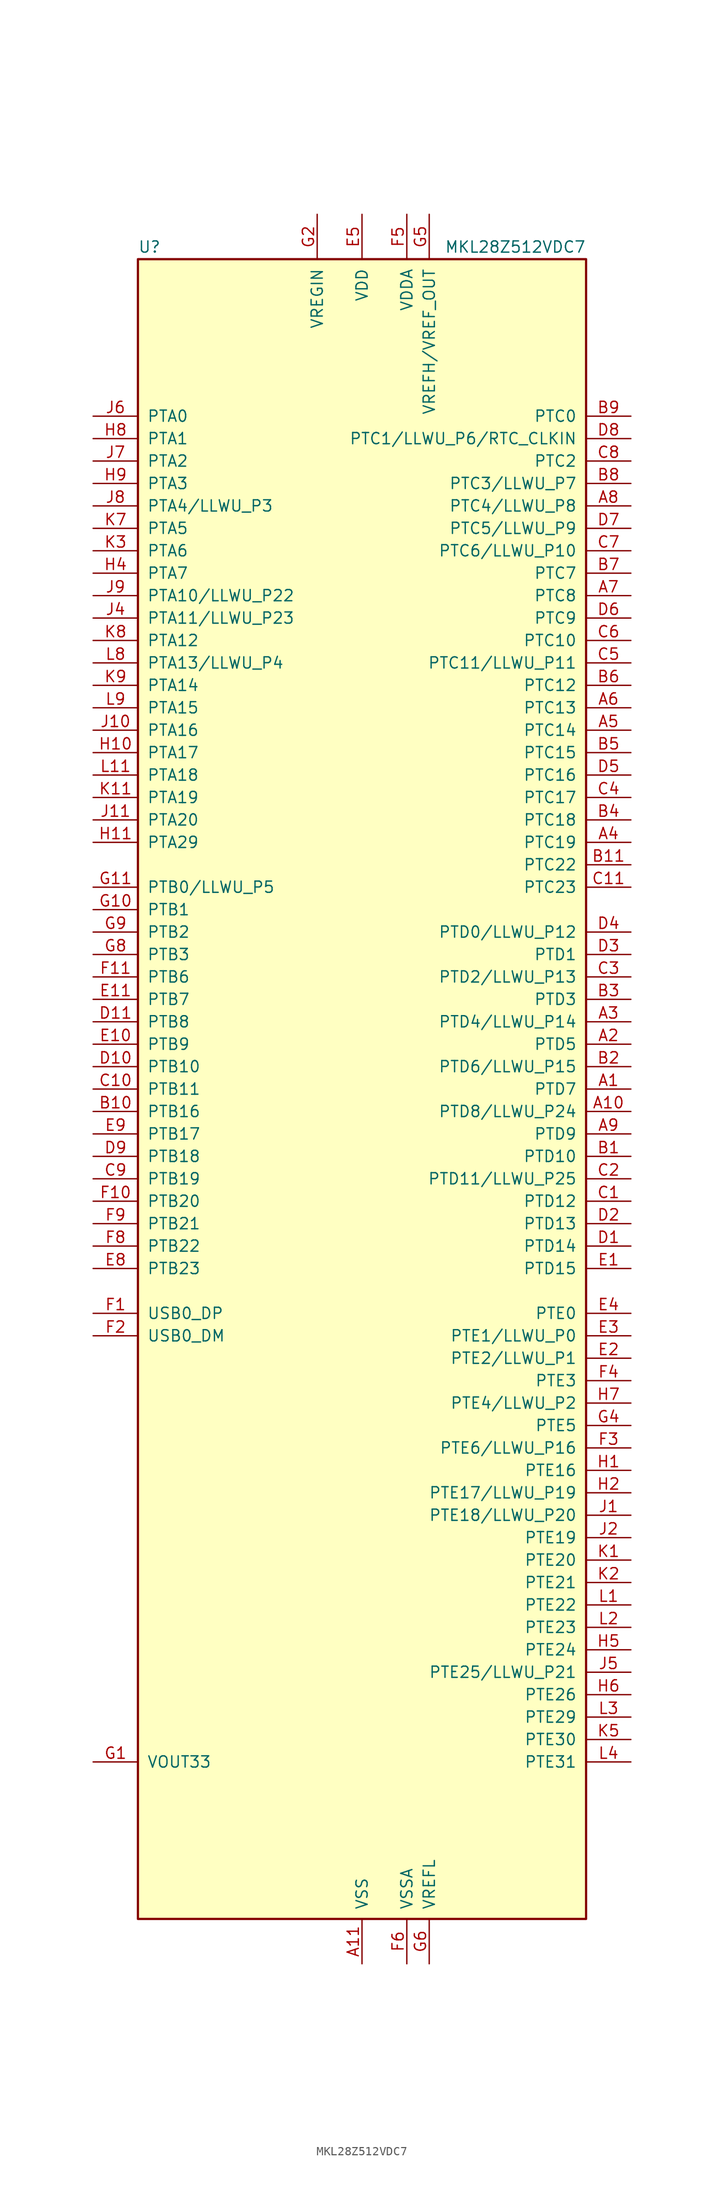
<source format=kicad_sym>
(kicad_symbol_lib
  (version 20241209)
  (generator "kicad_symbol_editor")
  (generator_version "9.0")
  (symbol "MKL28Z512VDC7"
    (pin_names
      (offset 1.016))
    (property "Reference" "U"
      (at -25.4 94.615 0)
      (effects (font (size 1.27 1.27)) (justify left bottom)))
    (property "Value" "MKL28Z512VDC7"
      (at 25.4 94.615 0)
      (effects (font (size 1.27 1.27)) (justify right bottom)))
    (symbol "MKL28Z512VDC7_0_1"
      (rectangle (start -25.4 93.98) (end 25.4 -93.98) (stroke (width 0.254) (type default)) (fill (type background))))
    (symbol "MKL28Z512VDC7_1_1"
      (pin bidirectional line (at -30.48 76.2 0) (length 5.08) (name "PTA0" (effects (font (size 1.27 1.27)))) (number "J6" (effects (font (size 1.27 1.27)))))
      (pin bidirectional line (at -30.48 73.66 0) (length 5.08) (name "PTA1" (effects (font (size 1.27 1.27)))) (number "H8" (effects (font (size 1.27 1.27)))))
      (pin bidirectional line (at -30.48 71.12 0) (length 5.08) (name "PTA2" (effects (font (size 1.27 1.27)))) (number "J7" (effects (font (size 1.27 1.27)))))
      (pin bidirectional line (at -30.48 68.58 0) (length 5.08) (name "PTA3" (effects (font (size 1.27 1.27)))) (number "H9" (effects (font (size 1.27 1.27)))))
      (pin bidirectional line (at -30.48 66.04 0) (length 5.08) (name "PTA4/LLWU_P3" (effects (font (size 1.27 1.27)))) (number "J8" (effects (font (size 1.27 1.27)))))
      (pin bidirectional line (at -30.48 63.5 0) (length 5.08) (name "PTA5" (effects (font (size 1.27 1.27)))) (number "K7" (effects (font (size 1.27 1.27)))))
      (pin bidirectional line (at -30.48 60.96 0) (length 5.08) (name "PTA6" (effects (font (size 1.27 1.27)))) (number "K3" (effects (font (size 1.27 1.27)))))
      (pin bidirectional line (at -30.48 58.42 0) (length 5.08) (name "PTA7" (effects (font (size 1.27 1.27)))) (number "H4" (effects (font (size 1.27 1.27)))))
      (pin bidirectional line (at -30.48 55.88 0) (length 5.08) (name "PTA10/LLWU_P22" (effects (font (size 1.27 1.27)))) (number "J9" (effects (font (size 1.27 1.27)))))
      (pin bidirectional line (at -30.48 53.34 0) (length 5.08) (name "PTA11/LLWU_P23" (effects (font (size 1.27 1.27)))) (number "J4" (effects (font (size 1.27 1.27)))))
      (pin bidirectional line (at -30.48 50.8 0) (length 5.08) (name "PTA12" (effects (font (size 1.27 1.27)))) (number "K8" (effects (font (size 1.27 1.27)))))
      (pin bidirectional line (at -30.48 48.26 0) (length 5.08) (name "PTA13/LLWU_P4" (effects (font (size 1.27 1.27)))) (number "L8" (effects (font (size 1.27 1.27)))))
      (pin bidirectional line (at -30.48 45.72 0) (length 5.08) (name "PTA14" (effects (font (size 1.27 1.27)))) (number "K9" (effects (font (size 1.27 1.27)))))
      (pin bidirectional line (at -30.48 43.18 0) (length 5.08) (name "PTA15" (effects (font (size 1.27 1.27)))) (number "L9" (effects (font (size 1.27 1.27)))))
      (pin bidirectional line (at -30.48 40.64 0) (length 5.08) (name "PTA16" (effects (font (size 1.27 1.27)))) (number "J10" (effects (font (size 1.27 1.27)))))
      (pin bidirectional line (at -30.48 38.1 0) (length 5.08) (name "PTA17" (effects (font (size 1.27 1.27)))) (number "H10" (effects (font (size 1.27 1.27)))))
      (pin bidirectional line (at -30.48 35.56 0) (length 5.08) (name "PTA18" (effects (font (size 1.27 1.27)))) (number "L11" (effects (font (size 1.27 1.27)))))
      (pin bidirectional line (at -30.48 33.02 0) (length 5.08) (name "PTA19" (effects (font (size 1.27 1.27)))) (number "K11" (effects (font (size 1.27 1.27)))))
      (pin bidirectional line (at -30.48 30.48 0) (length 5.08) (name "PTA20" (effects (font (size 1.27 1.27)))) (number "J11" (effects (font (size 1.27 1.27)))))
      (pin bidirectional line (at -30.48 27.94 0) (length 5.08) (name "PTA29" (effects (font (size 1.27 1.27)))) (number "H11" (effects (font (size 1.27 1.27)))))
      (pin bidirectional line (at -30.48 22.86 0) (length 5.08) (name "PTB0/LLWU_P5" (effects (font (size 1.27 1.27)))) (number "G11" (effects (font (size 1.27 1.27)))))
      (pin bidirectional line (at -30.48 20.32 0) (length 5.08) (name "PTB1" (effects (font (size 1.27 1.27)))) (number "G10" (effects (font (size 1.27 1.27)))))
      (pin bidirectional line (at -30.48 17.78 0) (length 5.08) (name "PTB2" (effects (font (size 1.27 1.27)))) (number "G9" (effects (font (size 1.27 1.27)))))
      (pin bidirectional line (at -30.48 15.24 0) (length 5.08) (name "PTB3" (effects (font (size 1.27 1.27)))) (number "G8" (effects (font (size 1.27 1.27)))))
      (pin bidirectional line (at -30.48 12.7 0) (length 5.08) (name "PTB6" (effects (font (size 1.27 1.27)))) (number "F11" (effects (font (size 1.27 1.27)))))
      (pin bidirectional line (at -30.48 10.16 0) (length 5.08) (name "PTB7" (effects (font (size 1.27 1.27)))) (number "E11" (effects (font (size 1.27 1.27)))))
      (pin bidirectional line (at -30.48 7.62 0) (length 5.08) (name "PTB8" (effects (font (size 1.27 1.27)))) (number "D11" (effects (font (size 1.27 1.27)))))
      (pin bidirectional line (at -30.48 5.08 0) (length 5.08) (name "PTB9" (effects (font (size 1.27 1.27)))) (number "E10" (effects (font (size 1.27 1.27)))))
      (pin bidirectional line (at -30.48 2.54 0) (length 5.08) (name "PTB10" (effects (font (size 1.27 1.27)))) (number "D10" (effects (font (size 1.27 1.27)))))
      (pin bidirectional line (at -30.48 0 0) (length 5.08) (name "PTB11" (effects (font (size 1.27 1.27)))) (number "C10" (effects (font (size 1.27 1.27)))))
      (pin bidirectional line (at -30.48 -2.54 0) (length 5.08) (name "PTB16" (effects (font (size 1.27 1.27)))) (number "B10" (effects (font (size 1.27 1.27)))))
      (pin bidirectional line (at -30.48 -5.08 0) (length 5.08) (name "PTB17" (effects (font (size 1.27 1.27)))) (number "E9" (effects (font (size 1.27 1.27)))))
      (pin bidirectional line (at -30.48 -7.62 0) (length 5.08) (name "PTB18" (effects (font (size 1.27 1.27)))) (number "D9" (effects (font (size 1.27 1.27)))))
      (pin bidirectional line (at -30.48 -10.16 0) (length 5.08) (name "PTB19" (effects (font (size 1.27 1.27)))) (number "C9" (effects (font (size 1.27 1.27)))))
      (pin bidirectional line (at -30.48 -12.7 0) (length 5.08) (name "PTB20" (effects (font (size 1.27 1.27)))) (number "F10" (effects (font (size 1.27 1.27)))))
      (pin bidirectional line (at -30.48 -15.24 0) (length 5.08) (name "PTB21" (effects (font (size 1.27 1.27)))) (number "F9" (effects (font (size 1.27 1.27)))))
      (pin bidirectional line (at -30.48 -17.78 0) (length 5.08) (name "PTB22" (effects (font (size 1.27 1.27)))) (number "F8" (effects (font (size 1.27 1.27)))))
      (pin bidirectional line (at -30.48 -20.32 0) (length 5.08) (name "PTB23" (effects (font (size 1.27 1.27)))) (number "E8" (effects (font (size 1.27 1.27)))))
      (pin bidirectional line (at -30.48 -25.4 0) (length 5.08) (name "USB0_DP" (effects (font (size 1.27 1.27)))) (number "F1" (effects (font (size 1.27 1.27)))))
      (pin bidirectional line (at -30.48 -27.94 0) (length 5.08) (name "USB0_DM" (effects (font (size 1.27 1.27)))) (number "F2" (effects (font (size 1.27 1.27)))))
      (pin power_out line (at -30.48 -76.2 0) (length 5.08) (name "VOUT33" (effects (font (size 1.27 1.27)))) (number "G1" (effects (font (size 1.27 1.27)))))
      (pin no_connect line (at -25.4 -63.5 0) (length 5.08) (hide yes) (name "NC" (effects (font (size 1.27 1.27)))) (number "H3" (effects (font (size 1.27 1.27)))))
      (pin no_connect line (at -25.4 -66.04 0) (length 5.08) (hide yes) (name "NC" (effects (font (size 1.27 1.27)))) (number "J3" (effects (font (size 1.27 1.27)))))
      (pin no_connect line (at -25.4 -68.58 0) (length 5.08) (hide yes) (name "NC" (effects (font (size 1.27 1.27)))) (number "K4" (effects (font (size 1.27 1.27)))))
      (pin no_connect line (at -25.4 -71.12 0) (length 5.08) (hide yes) (name "NC" (effects (font (size 1.27 1.27)))) (number "L7" (effects (font (size 1.27 1.27)))))
      (pin power_in line (at -5.08 99.06 270) (length 5.08) (name "VREGIN" (effects (font (size 1.27 1.27)))) (number "G2" (effects (font (size 1.27 1.27)))))
      (pin power_in line (at 0 99.06 270) (length 5.08) (name "VDD" (effects (font (size 1.27 1.27)))) (number "E5" (effects (font (size 1.27 1.27)))))
      (pin passive line (at 0 99.06 270) (length 5.08) (hide yes) (name "VDD" (effects (font (size 1.27 1.27)))) (number "E6" (effects (font (size 1.27 1.27)))))
      (pin passive line (at 0 99.06 270) (length 5.08) (hide yes) (name "VDD" (effects (font (size 1.27 1.27)))) (number "E7" (effects (font (size 1.27 1.27)))))
      (pin passive line (at 0 99.06 270) (length 5.08) (hide yes) (name "VDD" (effects (font (size 1.27 1.27)))) (number "K6" (effects (font (size 1.27 1.27)))))
      (pin passive line (at 0 99.06 270) (length 5.08) (hide yes) (name "VDD" (effects (font (size 1.27 1.27)))) (number "L10" (effects (font (size 1.27 1.27)))))
      (pin power_in line (at 0 -99.06 90) (length 5.08) (name "VSS" (effects (font (size 1.27 1.27)))) (number "A11" (effects (font (size 1.27 1.27)))))
      (pin passive line (at 0 -99.06 90) (length 5.08) (hide yes) (name "VSS" (effects (font (size 1.27 1.27)))) (number "F7" (effects (font (size 1.27 1.27)))))
      (pin passive line (at 0 -99.06 90) (length 5.08) (hide yes) (name "VSS" (effects (font (size 1.27 1.27)))) (number "G3" (effects (font (size 1.27 1.27)))))
      (pin passive line (at 0 -99.06 90) (length 5.08) (hide yes) (name "VSS" (effects (font (size 1.27 1.27)))) (number "G7" (effects (font (size 1.27 1.27)))))
      (pin passive line (at 0 -99.06 90) (length 5.08) (hide yes) (name "VSS" (effects (font (size 1.27 1.27)))) (number "K10" (effects (font (size 1.27 1.27)))))
      (pin passive line (at 0 -99.06 90) (length 5.08) (hide yes) (name "VSS" (effects (font (size 1.27 1.27)))) (number "L5" (effects (font (size 1.27 1.27)))))
      (pin passive line (at 0 -99.06 90) (length 5.08) (hide yes) (name "VSS" (effects (font (size 1.27 1.27)))) (number "L6" (effects (font (size 1.27 1.27)))))
      (pin power_in line (at 5.08 99.06 270) (length 5.08) (name "VDDA" (effects (font (size 1.27 1.27)))) (number "F5" (effects (font (size 1.27 1.27)))))
      (pin power_in line (at 5.08 -99.06 90) (length 5.08) (name "VSSA" (effects (font (size 1.27 1.27)))) (number "F6" (effects (font (size 1.27 1.27)))))
      (pin power_in line (at 7.62 99.06 270) (length 5.08) (name "VREFH/VREF_OUT" (effects (font (size 1.27 1.27)))) (number "G5" (effects (font (size 1.27 1.27)))))
      (pin power_in line (at 7.62 -99.06 90) (length 5.08) (name "VREFL" (effects (font (size 1.27 1.27)))) (number "G6" (effects (font (size 1.27 1.27)))))
      (pin bidirectional line (at 30.48 76.2 180) (length 5.08) (name "PTC0" (effects (font (size 1.27 1.27)))) (number "B9" (effects (font (size 1.27 1.27)))))
      (pin bidirectional line (at 30.48 73.66 180) (length 5.08) (name "PTC1/LLWU_P6/RTC_CLKIN" (effects (font (size 1.27 1.27)))) (number "D8" (effects (font (size 1.27 1.27)))))
      (pin bidirectional line (at 30.48 71.12 180) (length 5.08) (name "PTC2" (effects (font (size 1.27 1.27)))) (number "C8" (effects (font (size 1.27 1.27)))))
      (pin bidirectional line (at 30.48 68.58 180) (length 5.08) (name "PTC3/LLWU_P7" (effects (font (size 1.27 1.27)))) (number "B8" (effects (font (size 1.27 1.27)))))
      (pin bidirectional line (at 30.48 66.04 180) (length 5.08) (name "PTC4/LLWU_P8" (effects (font (size 1.27 1.27)))) (number "A8" (effects (font (size 1.27 1.27)))))
      (pin bidirectional line (at 30.48 63.5 180) (length 5.08) (name "PTC5/LLWU_P9" (effects (font (size 1.27 1.27)))) (number "D7" (effects (font (size 1.27 1.27)))))
      (pin bidirectional line (at 30.48 60.96 180) (length 5.08) (name "PTC6/LLWU_P10" (effects (font (size 1.27 1.27)))) (number "C7" (effects (font (size 1.27 1.27)))))
      (pin bidirectional line (at 30.48 58.42 180) (length 5.08) (name "PTC7" (effects (font (size 1.27 1.27)))) (number "B7" (effects (font (size 1.27 1.27)))))
      (pin bidirectional line (at 30.48 55.88 180) (length 5.08) (name "PTC8" (effects (font (size 1.27 1.27)))) (number "A7" (effects (font (size 1.27 1.27)))))
      (pin bidirectional line (at 30.48 53.34 180) (length 5.08) (name "PTC9" (effects (font (size 1.27 1.27)))) (number "D6" (effects (font (size 1.27 1.27)))))
      (pin bidirectional line (at 30.48 50.8 180) (length 5.08) (name "PTC10" (effects (font (size 1.27 1.27)))) (number "C6" (effects (font (size 1.27 1.27)))))
      (pin bidirectional line (at 30.48 48.26 180) (length 5.08) (name "PTC11/LLWU_P11" (effects (font (size 1.27 1.27)))) (number "C5" (effects (font (size 1.27 1.27)))))
      (pin bidirectional line (at 30.48 45.72 180) (length 5.08) (name "PTC12" (effects (font (size 1.27 1.27)))) (number "B6" (effects (font (size 1.27 1.27)))))
      (pin bidirectional line (at 30.48 43.18 180) (length 5.08) (name "PTC13" (effects (font (size 1.27 1.27)))) (number "A6" (effects (font (size 1.27 1.27)))))
      (pin bidirectional line (at 30.48 40.64 180) (length 5.08) (name "PTC14" (effects (font (size 1.27 1.27)))) (number "A5" (effects (font (size 1.27 1.27)))))
      (pin bidirectional line (at 30.48 38.1 180) (length 5.08) (name "PTC15" (effects (font (size 1.27 1.27)))) (number "B5" (effects (font (size 1.27 1.27)))))
      (pin bidirectional line (at 30.48 35.56 180) (length 5.08) (name "PTC16" (effects (font (size 1.27 1.27)))) (number "D5" (effects (font (size 1.27 1.27)))))
      (pin bidirectional line (at 30.48 33.02 180) (length 5.08) (name "PTC17" (effects (font (size 1.27 1.27)))) (number "C4" (effects (font (size 1.27 1.27)))))
      (pin bidirectional line (at 30.48 30.48 180) (length 5.08) (name "PTC18" (effects (font (size 1.27 1.27)))) (number "B4" (effects (font (size 1.27 1.27)))))
      (pin bidirectional line (at 30.48 27.94 180) (length 5.08) (name "PTC19" (effects (font (size 1.27 1.27)))) (number "A4" (effects (font (size 1.27 1.27)))))
      (pin bidirectional line (at 30.48 25.4 180) (length 5.08) (name "PTC22" (effects (font (size 1.27 1.27)))) (number "B11" (effects (font (size 1.27 1.27)))))
      (pin bidirectional line (at 30.48 22.86 180) (length 5.08) (name "PTC23" (effects (font (size 1.27 1.27)))) (number "C11" (effects (font (size 1.27 1.27)))))
      (pin bidirectional line (at 30.48 17.78 180) (length 5.08) (name "PTD0/LLWU_P12" (effects (font (size 1.27 1.27)))) (number "D4" (effects (font (size 1.27 1.27)))))
      (pin bidirectional line (at 30.48 15.24 180) (length 5.08) (name "PTD1" (effects (font (size 1.27 1.27)))) (number "D3" (effects (font (size 1.27 1.27)))))
      (pin bidirectional line (at 30.48 12.7 180) (length 5.08) (name "PTD2/LLWU_P13" (effects (font (size 1.27 1.27)))) (number "C3" (effects (font (size 1.27 1.27)))))
      (pin bidirectional line (at 30.48 10.16 180) (length 5.08) (name "PTD3" (effects (font (size 1.27 1.27)))) (number "B3" (effects (font (size 1.27 1.27)))))
      (pin bidirectional line (at 30.48 7.62 180) (length 5.08) (name "PTD4/LLWU_P14" (effects (font (size 1.27 1.27)))) (number "A3" (effects (font (size 1.27 1.27)))))
      (pin bidirectional line (at 30.48 5.08 180) (length 5.08) (name "PTD5" (effects (font (size 1.27 1.27)))) (number "A2" (effects (font (size 1.27 1.27)))))
      (pin bidirectional line (at 30.48 2.54 180) (length 5.08) (name "PTD6/LLWU_P15" (effects (font (size 1.27 1.27)))) (number "B2" (effects (font (size 1.27 1.27)))))
      (pin bidirectional line (at 30.48 0 180) (length 5.08) (name "PTD7" (effects (font (size 1.27 1.27)))) (number "A1" (effects (font (size 1.27 1.27)))))
      (pin bidirectional line (at 30.48 -2.54 180) (length 5.08) (name "PTD8/LLWU_P24" (effects (font (size 1.27 1.27)))) (number "A10" (effects (font (size 1.27 1.27)))))
      (pin bidirectional line (at 30.48 -5.08 180) (length 5.08) (name "PTD9" (effects (font (size 1.27 1.27)))) (number "A9" (effects (font (size 1.27 1.27)))))
      (pin bidirectional line (at 30.48 -7.62 180) (length 5.08) (name "PTD10" (effects (font (size 1.27 1.27)))) (number "B1" (effects (font (size 1.27 1.27)))))
      (pin bidirectional line (at 30.48 -10.16 180) (length 5.08) (name "PTD11/LLWU_P25" (effects (font (size 1.27 1.27)))) (number "C2" (effects (font (size 1.27 1.27)))))
      (pin bidirectional line (at 30.48 -12.7 180) (length 5.08) (name "PTD12" (effects (font (size 1.27 1.27)))) (number "C1" (effects (font (size 1.27 1.27)))))
      (pin bidirectional line (at 30.48 -15.24 180) (length 5.08) (name "PTD13" (effects (font (size 1.27 1.27)))) (number "D2" (effects (font (size 1.27 1.27)))))
      (pin bidirectional line (at 30.48 -17.78 180) (length 5.08) (name "PTD14" (effects (font (size 1.27 1.27)))) (number "D1" (effects (font (size 1.27 1.27)))))
      (pin bidirectional line (at 30.48 -20.32 180) (length 5.08) (name "PTD15" (effects (font (size 1.27 1.27)))) (number "E1" (effects (font (size 1.27 1.27)))))
      (pin bidirectional line (at 30.48 -25.4 180) (length 5.08) (name "PTE0" (effects (font (size 1.27 1.27)))) (number "E4" (effects (font (size 1.27 1.27)))))
      (pin bidirectional line (at 30.48 -27.94 180) (length 5.08) (name "PTE1/LLWU_P0" (effects (font (size 1.27 1.27)))) (number "E3" (effects (font (size 1.27 1.27)))))
      (pin bidirectional line (at 30.48 -30.48 180) (length 5.08) (name "PTE2/LLWU_P1" (effects (font (size 1.27 1.27)))) (number "E2" (effects (font (size 1.27 1.27)))))
      (pin bidirectional line (at 30.48 -33.02 180) (length 5.08) (name "PTE3" (effects (font (size 1.27 1.27)))) (number "F4" (effects (font (size 1.27 1.27)))))
      (pin bidirectional line (at 30.48 -35.56 180) (length 5.08) (name "PTE4/LLWU_P2" (effects (font (size 1.27 1.27)))) (number "H7" (effects (font (size 1.27 1.27)))))
      (pin bidirectional line (at 30.48 -38.1 180) (length 5.08) (name "PTE5" (effects (font (size 1.27 1.27)))) (number "G4" (effects (font (size 1.27 1.27)))))
      (pin bidirectional line (at 30.48 -40.64 180) (length 5.08) (name "PTE6/LLWU_P16" (effects (font (size 1.27 1.27)))) (number "F3" (effects (font (size 1.27 1.27)))))
      (pin bidirectional line (at 30.48 -43.18 180) (length 5.08) (name "PTE16" (effects (font (size 1.27 1.27)))) (number "H1" (effects (font (size 1.27 1.27)))))
      (pin bidirectional line (at 30.48 -45.72 180) (length 5.08) (name "PTE17/LLWU_P19" (effects (font (size 1.27 1.27)))) (number "H2" (effects (font (size 1.27 1.27)))))
      (pin bidirectional line (at 30.48 -48.26 180) (length 5.08) (name "PTE18/LLWU_P20" (effects (font (size 1.27 1.27)))) (number "J1" (effects (font (size 1.27 1.27)))))
      (pin bidirectional line (at 30.48 -50.8 180) (length 5.08) (name "PTE19" (effects (font (size 1.27 1.27)))) (number "J2" (effects (font (size 1.27 1.27)))))
      (pin bidirectional line (at 30.48 -53.34 180) (length 5.08) (name "PTE20" (effects (font (size 1.27 1.27)))) (number "K1" (effects (font (size 1.27 1.27)))))
      (pin bidirectional line (at 30.48 -55.88 180) (length 5.08) (name "PTE21" (effects (font (size 1.27 1.27)))) (number "K2" (effects (font (size 1.27 1.27)))))
      (pin bidirectional line (at 30.48 -58.42 180) (length 5.08) (name "PTE22" (effects (font (size 1.27 1.27)))) (number "L1" (effects (font (size 1.27 1.27)))))
      (pin bidirectional line (at 30.48 -60.96 180) (length 5.08) (name "PTE23" (effects (font (size 1.27 1.27)))) (number "L2" (effects (font (size 1.27 1.27)))))
      (pin bidirectional line (at 30.48 -63.5 180) (length 5.08) (name "PTE24" (effects (font (size 1.27 1.27)))) (number "H5" (effects (font (size 1.27 1.27)))))
      (pin bidirectional line (at 30.48 -66.04 180) (length 5.08) (name "PTE25/LLWU_P21" (effects (font (size 1.27 1.27)))) (number "J5" (effects (font (size 1.27 1.27)))))
      (pin bidirectional line (at 30.48 -68.58 180) (length 5.08) (name "PTE26" (effects (font (size 1.27 1.27)))) (number "H6" (effects (font (size 1.27 1.27)))))
      (pin bidirectional line (at 30.48 -71.12 180) (length 5.08) (name "PTE29" (effects (font (size 1.27 1.27)))) (number "L3" (effects (font (size 1.27 1.27)))))
      (pin bidirectional line (at 30.48 -73.66 180) (length 5.08) (name "PTE30" (effects (font (size 1.27 1.27)))) (number "K5" (effects (font (size 1.27 1.27)))))
      (pin bidirectional line (at 30.48 -76.2 180) (length 5.08) (name "PTE31" (effects (font (size 1.27 1.27)))) (number "L4" (effects (font (size 1.27 1.27))))))))
</source>
